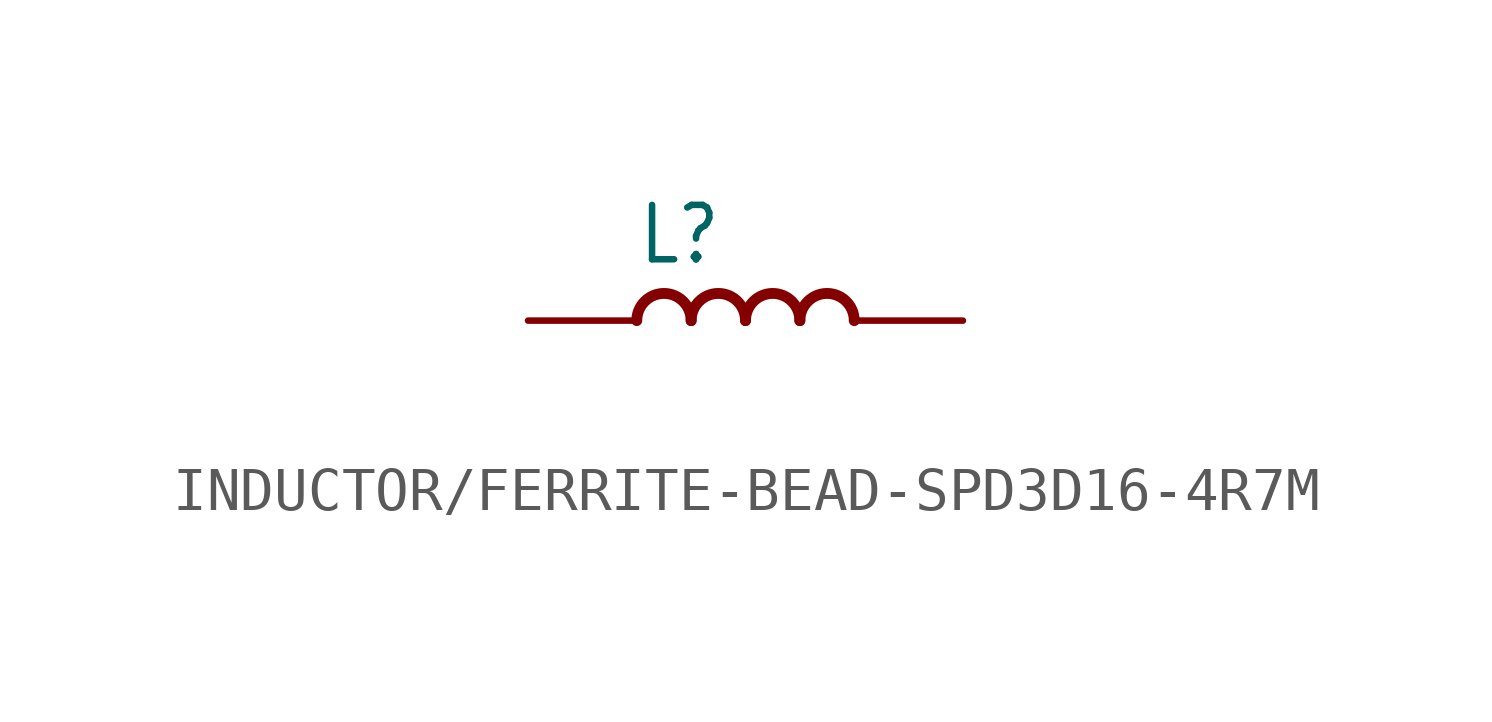
<source format=kicad_sym>
(kicad_symbol_lib
  (version 20231120)
  (generator "kicad_symbol_editor")
  (generator_version "8.0")
  (symbol "INDUCTOR/FERRITE-BEAD-SPD3D16-4R7M"
    (property "Reference" "L"
      (at -2.54 1.27 0)
      (effects (font (size 1.27 1.079)) (justify left bottom)))
    (property "Value" ""
      (at -2.54 -2.54 0)
      (effects (font (size 1.27 1.079)) (justify left bottom)))
    (property "ki_locked" ""
      (at 0 0 0)
      (effects (font (size 1.27 1.27))))
    (symbol "INDUCTOR/FERRITE-BEAD-SPD3D16-4R7M_1_0"
      (arc (start -1.27 0) (mid -1.905 0.635) (end -2.54 0) (stroke (width 0.254) (type solid)) (fill (type none)))
      (arc (start 0 0) (mid -0.635 0.635) (end -1.27 0) (stroke (width 0.254) (type solid)) (fill (type none)))
      (arc (start 1.27 0) (mid 0.635 0.635) (end 0 0) (stroke (width 0.254) (type solid)) (fill (type none)))
      (arc (start 2.54 0) (mid 1.905 0.635) (end 1.27 0) (stroke (width 0.254) (type solid)) (fill (type none)))
      (pin passive line (at -5.08 0 0) (length 2.54) (name "1" (effects (font (size 0 0)))) (number "1" (effects (font (size 0 0)))))
      (pin passive line (at 5.08 0 180) (length 2.54) (name "2" (effects (font (size 0 0)))) (number "2" (effects (font (size 0 0))))))))
</source>
